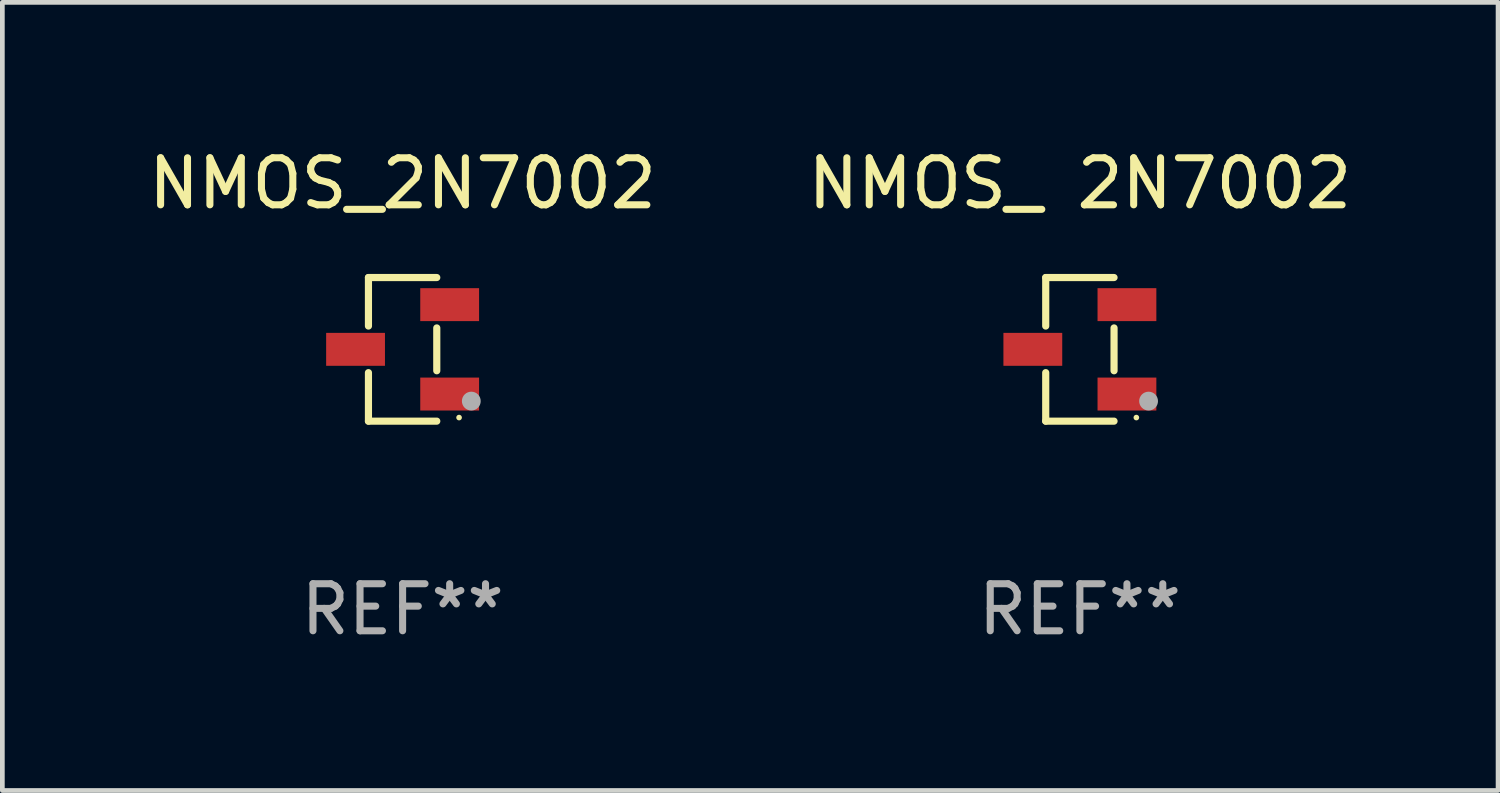
<source format=kicad_pcb>
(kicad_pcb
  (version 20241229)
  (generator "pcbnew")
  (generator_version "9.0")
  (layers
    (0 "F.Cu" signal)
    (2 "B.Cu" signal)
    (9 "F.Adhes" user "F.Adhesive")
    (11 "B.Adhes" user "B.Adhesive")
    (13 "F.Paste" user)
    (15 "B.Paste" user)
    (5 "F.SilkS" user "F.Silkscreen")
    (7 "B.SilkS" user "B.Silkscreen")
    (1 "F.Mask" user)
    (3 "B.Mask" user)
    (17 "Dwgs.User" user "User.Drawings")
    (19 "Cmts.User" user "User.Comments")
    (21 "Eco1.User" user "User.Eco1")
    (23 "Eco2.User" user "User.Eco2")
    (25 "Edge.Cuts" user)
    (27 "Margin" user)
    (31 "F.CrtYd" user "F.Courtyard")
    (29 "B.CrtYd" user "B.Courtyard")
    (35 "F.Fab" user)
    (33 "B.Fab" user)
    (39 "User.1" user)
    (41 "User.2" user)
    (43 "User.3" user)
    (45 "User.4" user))
  (footprint "NMOS_ 2N7002"
    (layer "F.Cu")
    (at 19.899 4.374)
    (property "Reference" "NMOS_ 2N7002" (at 0 -3.526 0) (layer "F.SilkS") (effects (font (size 1 1) (thickness 0.15))))
    (attr through_hole)
    (fp_line (start -0.726 -1.526) (end -0.726 -0.495) (stroke (width 0.152) (type solid)) (layer "F.SilkS"))
    (fp_line (start -0.726 1.526) (end -0.726 0.495) (stroke (width 0.152) (type solid)) (layer "F.SilkS"))
    (fp_line (start 0.726 -1.526) (end -0.726 -1.526) (stroke (width 0.152) (type solid)) (layer "F.SilkS"))
    (fp_line (start 0.726 -0.455) (end 0.726 0.455) (stroke (width 0.152) (type solid)) (layer "F.SilkS"))
    (fp_line (start 0.726 1.526) (end -0.726 1.526) (stroke (width 0.152) (type solid)) (layer "F.SilkS"))
    (fp_circle (center 1.2 1.45) (end 1.23 1.45) (stroke (width 0.06) (type solid)) (fill no) (layer "F.SilkS"))
    (fp_circle (center 1.46 1.1) (end 1.56 1.1) (stroke (width 0.2) (type solid)) (fill no) (layer "F.Fab"))
    (fp_text user "REF**" (at 0 5.526 0) (layer "F.Fab") (effects (font (size 1 1) (thickness 0.15))))
    (pad "1" smd rect (at 1 0.95) (size 1.25 0.7) (layers "F.Cu" "F.Mask" "F.Paste"))
    (pad "2" smd rect (at 1 -0.95) (size 1.25 0.7) (layers "F.Cu" "F.Mask" "F.Paste"))
    (pad "3" smd rect (at -1 0) (size 1.25 0.7) (layers "F.Cu" "F.Mask" "F.Paste")))
  (footprint "NMOS_2N7002"
    (layer "F.Cu")
    (at 5.506 4.374)
    (property "Reference" "NMOS_2N7002" (at 0 -3.526 0) (layer "F.SilkS") (effects (font (size 1 1) (thickness 0.15))))
    (attr through_hole)
    (fp_line (start -0.726 -1.526) (end -0.726 -0.495) (stroke (width 0.152) (type solid)) (layer "F.SilkS"))
    (fp_line (start -0.726 1.526) (end -0.726 0.495) (stroke (width 0.152) (type solid)) (layer "F.SilkS"))
    (fp_line (start 0.726 -1.526) (end -0.726 -1.526) (stroke (width 0.152) (type solid)) (layer "F.SilkS"))
    (fp_line (start 0.726 -0.455) (end 0.726 0.455) (stroke (width 0.152) (type solid)) (layer "F.SilkS"))
    (fp_line (start 0.726 1.526) (end -0.726 1.526) (stroke (width 0.152) (type solid)) (layer "F.SilkS"))
    (fp_circle (center 1.2 1.45) (end 1.23 1.45) (stroke (width 0.06) (type solid)) (fill no) (layer "F.SilkS"))
    (fp_circle (center 1.46 1.1) (end 1.56 1.1) (stroke (width 0.2) (type solid)) (fill no) (layer "F.Fab"))
    (fp_text user "REF**" (at 0 5.526 0) (layer "F.Fab") (effects (font (size 1 1) (thickness 0.15))))
    (pad "1" smd rect (at 1 0.95) (size 1.25 0.7) (layers "F.Cu" "F.Mask" "F.Paste"))
    (pad "2" smd rect (at 1 -0.95) (size 1.25 0.7) (layers "F.Cu" "F.Mask" "F.Paste"))
    (pad "3" smd rect (at -1 0) (size 1.25 0.7) (layers "F.Cu" "F.Mask" "F.Paste")))
  (gr_rect
    (start -3 -3)
    (end 28.786 13.749)
    (stroke (width 0.1) (type default))
    (fill no)
    (layer "Edge.Cuts")))
</source>
